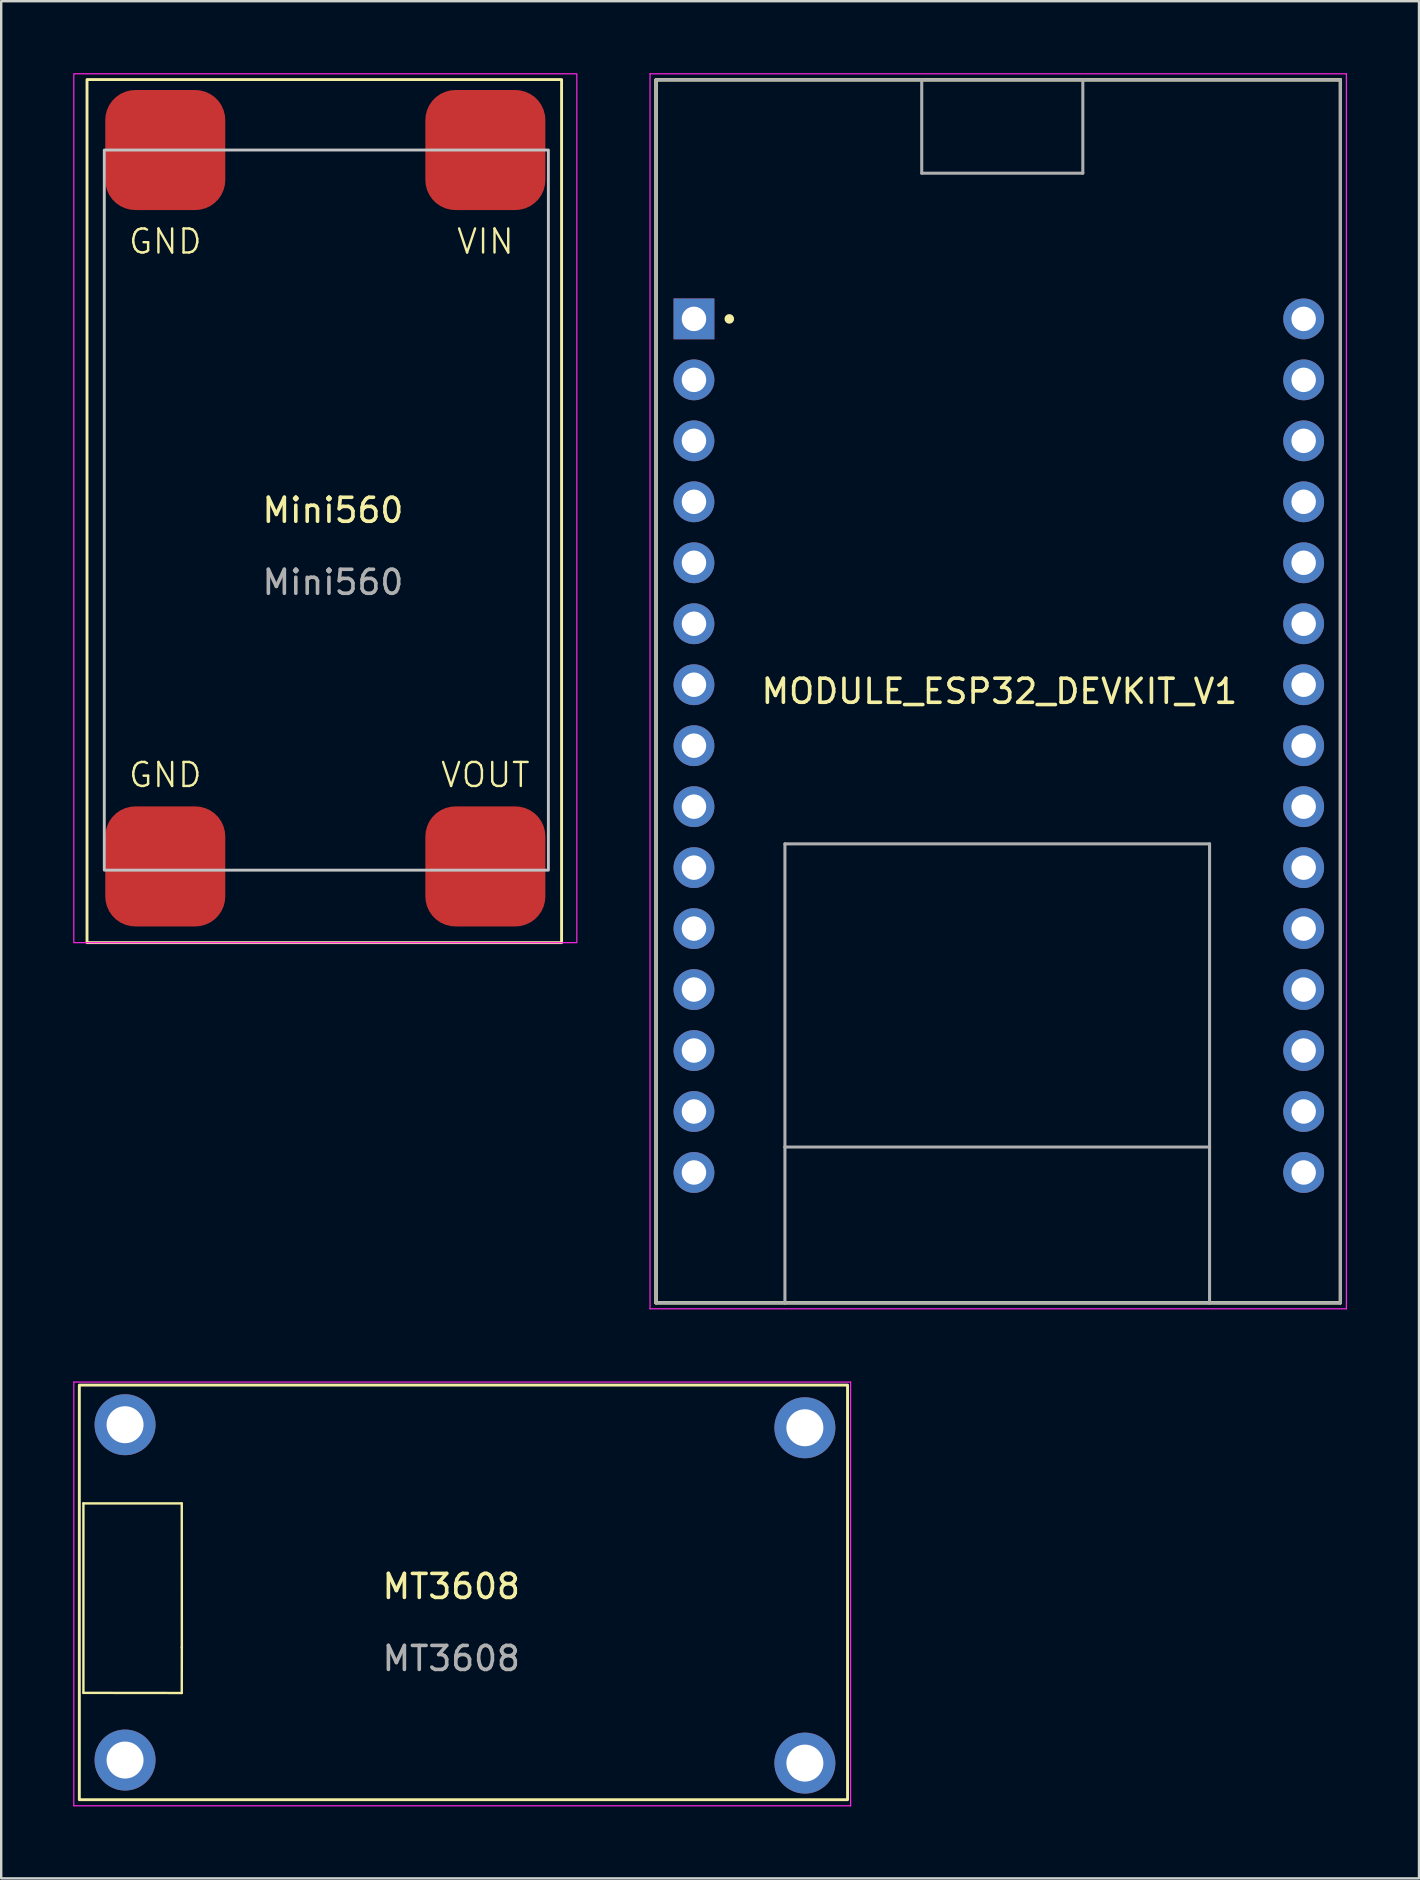
<source format=kicad_pcb>
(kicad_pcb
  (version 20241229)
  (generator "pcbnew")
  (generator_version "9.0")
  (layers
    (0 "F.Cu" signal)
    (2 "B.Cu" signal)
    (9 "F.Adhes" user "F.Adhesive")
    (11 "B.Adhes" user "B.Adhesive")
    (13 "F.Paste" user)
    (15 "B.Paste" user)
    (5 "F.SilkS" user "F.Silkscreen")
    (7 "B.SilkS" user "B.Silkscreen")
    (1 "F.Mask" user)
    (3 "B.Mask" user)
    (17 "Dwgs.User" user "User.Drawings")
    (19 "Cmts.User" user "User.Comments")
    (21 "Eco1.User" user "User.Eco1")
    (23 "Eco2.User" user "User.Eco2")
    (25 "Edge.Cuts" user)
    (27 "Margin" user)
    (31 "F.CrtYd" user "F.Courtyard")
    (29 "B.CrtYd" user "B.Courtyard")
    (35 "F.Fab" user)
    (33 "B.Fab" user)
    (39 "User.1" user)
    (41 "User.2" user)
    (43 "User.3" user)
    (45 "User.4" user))
  (footprint "Mini560"
    (layer "F.Cu")
    (at 1.295 3.2)
    (property "Reference" "Mini560" (at 9.525 15.01 0) (unlocked yes) (layer "F.SilkS") (effects (font (size 1 1) (thickness 0.15))))
    (attr smd)
    (fp_rect (start -0.72 -2.935) (end 19.05 33.02) (stroke (width 0.12) (type solid)) (fill no) (layer "F.SilkS"))
    (fp_rect (start 0 0) (end 18.5 30) (stroke (width 0.12) (type solid)) (fill no) (layer "Dwgs.User"))
    (fp_rect (start -1.27 -3.175) (end 19.685 33.02) (stroke (width 0.05) (type solid)) (fill no) (layer "F.CrtYd"))
    (fp_text user "VIN" (at 15.875 3.81 0) (unlocked yes) (layer "F.SilkS") (effects (font (size 1 1) (thickness 0.1))))
    (fp_text user "VOUT" (at 15.875 26.035 0) (unlocked yes) (layer "F.SilkS") (effects (font (size 1 1) (thickness 0.1))))
    (fp_text user "GND" (at 2.54 26.035 0) (unlocked yes) (layer "F.SilkS") (effects (font (size 1 1) (thickness 0.1))))
    (fp_text user "GND" (at 2.54 3.81 0) (unlocked yes) (layer "F.SilkS") (effects (font (size 1 1) (thickness 0.1))))
    (fp_text user "${REFERENCE}" (at 9.525 18.01 0) (unlocked yes) (layer "F.Fab") (effects (font (size 1 1) (thickness 0.15))))
    (pad "1" smd roundrect (at 2.54 29.845) (size 5 5) (layers "F.Cu" "F.Mask" "F.Paste") (roundrect_rratio 0.25))
    (pad "2" smd roundrect (at 15.875 29.845) (size 5 5) (layers "F.Cu" "F.Mask" "F.Paste") (roundrect_rratio 0.25))
    (pad "3" smd roundrect (at 15.875 0) (size 5 5) (layers "F.Cu" "F.Mask" "F.Paste") (roundrect_rratio 0.25))
    (pad "4" smd roundrect (at 2.54 0) (size 5 5) (layers "F.Cu" "F.Mask" "F.Paste") (roundrect_rratio 0.25)))
  (footprint "MT3608"
    (layer "F.Cu")
    (at 15.749 63.542)
    (property "Reference" "MT3608" (at 0 -0.5 0) (unlocked yes) (layer "F.SilkS") (effects (font (size 1 1) (thickness 0.15))))
    (attr through_hole)
    (fp_line (start -15.324 -3.962) (end -15.324 3.932) (stroke (width 0.1) (type solid)) (layer "F.SilkS"))
    (fp_line (start -15.324 3.932) (end -11.227 3.937) (stroke (width 0.1) (type solid)) (layer "F.SilkS"))
    (fp_line (start -11.227 -3.962) (end -15.324 -3.962) (stroke (width 0.1) (type solid)) (layer "F.SilkS"))
    (fp_line (start -11.224 2.032) (end -11.227 -3.962) (stroke (width 0.1) (type solid)) (layer "F.SilkS"))
    (fp_line (start -11.224 2.032) (end -11.227 3.937) (stroke (width 0.1) (type solid)) (layer "F.SilkS"))
    (fp_rect (start -15.494 -8.89) (end 16.51 8.382) (stroke (width 0.12) (type solid)) (fill no) (layer "F.SilkS"))
    (fp_line (start -15.724 -9.017) (end 16.637 -9.017) (stroke (width 0.05) (type solid)) (layer "F.CrtYd"))
    (fp_line (start -15.724 8.636) (end -15.724 -9.017) (stroke (width 0.05) (type solid)) (layer "F.CrtYd"))
    (fp_line (start 16.637 -9.017) (end 16.637 8.636) (stroke (width 0.05) (type solid)) (layer "F.CrtYd"))
    (fp_line (start 16.637 8.636) (end -15.724 8.636) (stroke (width 0.05) (type solid)) (layer "F.CrtYd"))
    (fp_text user "${REFERENCE}" (at 0 2.5 0) (unlocked yes) (layer "F.Fab") (effects (font (size 1 1) (thickness 0.15))))
    (pad "1" thru_hole circle (at -13.589 -7.239) (size 2.54 2.54) (drill 1.54) (layers "*.Cu" "*.Mask"))
    (pad "2" thru_hole circle (at -13.589 6.731) (size 2.54 2.54) (drill 1.54) (layers "*.Cu" "*.Mask"))
    (pad "3" thru_hole circle (at 14.732 -7.112) (size 2.54 2.54) (drill 1.54) (layers "*.Cu" "*.Mask"))
    (pad "4" thru_hole circle (at 14.732 6.858) (size 2.54 2.54) (drill 1.54) (layers "*.Cu" "*.Mask")))
  (footprint "MODULE_ESP32_DEVKIT_V1"
    (layer "F.Cu")
    (at 38.56 25.75)
    (property "Reference" "MODULE_ESP32_DEVKIT_V1" (at 0.025 0 0) (layer "F.SilkS") (effects (font (size 1 1) (thickness 0.15))))
    (attr through_hole)
    (fp_line (start -14.28 -25.475) (end -3.211 -25.475) (stroke (width 0.127) (type solid)) (layer "F.SilkS"))
    (fp_line (start -14.28 -25.475) (end 14.23 -25.475) (stroke (width 0.127) (type solid)) (layer "F.SilkS"))
    (fp_line (start -14.28 25.475) (end -14.28 -25.475) (stroke (width 0.127) (type solid)) (layer "F.SilkS"))
    (fp_line (start -14.28 25.475) (end -14.28 -25.475) (stroke (width 0.127) (type solid)) (layer "F.SilkS"))
    (fp_line (start -14.28 25.475) (end -8.91 25.475) (stroke (width 0.127) (type solid)) (layer "F.SilkS"))
    (fp_line (start -8.91 25.475) (end 8.78 25.475) (stroke (width 0.127) (type solid)) (layer "F.SilkS"))
    (fp_line (start -3.211 -25.475) (end 3.5 -25.475) (stroke (width 0.127) (type solid)) (layer "F.SilkS"))
    (fp_line (start 3.5 -25.475) (end 14.23 -25.475) (stroke (width 0.127) (type solid)) (layer "F.SilkS"))
    (fp_line (start 8.78 25.475) (end 14.23 25.475) (stroke (width 0.127) (type solid)) (layer "F.SilkS"))
    (fp_line (start 14.23 -25.475) (end 14.23 25.475) (stroke (width 0.127) (type solid)) (layer "F.SilkS"))
    (fp_line (start 14.23 -25.475) (end 14.23 25.475) (stroke (width 0.127) (type solid)) (layer "F.SilkS"))
    (fp_line (start 14.23 25.475) (end -14.28 25.475) (stroke (width 0.127) (type solid)) (layer "F.SilkS"))
    (fp_circle (center -11.227 -15.515) (end -11.127 -15.515) (stroke (width 0.2) (type solid)) (fill no) (layer "F.SilkS"))
    (fp_line (start -14.53 -25.725) (end -14.53 25.725) (stroke (width 0.05) (type solid)) (layer "F.CrtYd"))
    (fp_line (start -14.53 25.725) (end 14.48 25.725) (stroke (width 0.05) (type solid)) (layer "F.CrtYd"))
    (fp_line (start 14.48 -25.725) (end -14.53 -25.725) (stroke (width 0.05) (type solid)) (layer "F.CrtYd"))
    (fp_line (start 14.48 25.725) (end 14.48 -25.725) (stroke (width 0.05) (type solid)) (layer "F.CrtYd"))
    (fp_line (start -14.28 -25.475) (end -3.211 -25.475) (stroke (width 0.127) (type solid)) (layer "F.Fab"))
    (fp_line (start -14.28 25.475) (end -14.28 -25.475) (stroke (width 0.127) (type solid)) (layer "F.Fab"))
    (fp_line (start -14.28 25.475) (end -8.91 25.475) (stroke (width 0.127) (type solid)) (layer "F.Fab"))
    (fp_line (start -8.91 6.355) (end 8.78 6.355) (stroke (width 0.127) (type solid)) (layer "F.Fab"))
    (fp_line (start -8.91 18.985) (end -8.91 6.355) (stroke (width 0.127) (type solid)) (layer "F.Fab"))
    (fp_line (start -8.91 18.985) (end 8.78 18.985) (stroke (width 0.127) (type solid)) (layer "F.Fab"))
    (fp_line (start -8.91 25.475) (end -8.91 18.985) (stroke (width 0.127) (type solid)) (layer "F.Fab"))
    (fp_line (start -8.91 25.475) (end 8.78 25.475) (stroke (width 0.127) (type solid)) (layer "F.Fab"))
    (fp_line (start -3.211 -25.475) (end 3.5 -25.475) (stroke (width 0.127) (type solid)) (layer "F.Fab"))
    (fp_line (start -3.211 -21.585) (end -3.211 -25.475) (stroke (width 0.127) (type solid)) (layer "F.Fab"))
    (fp_line (start 3.5 -25.475) (end 3.5 -21.585) (stroke (width 0.127) (type solid)) (layer "F.Fab"))
    (fp_line (start 3.5 -25.475) (end 14.23 -25.475) (stroke (width 0.127) (type solid)) (layer "F.Fab"))
    (fp_line (start 3.5 -21.585) (end -3.211 -21.585) (stroke (width 0.127) (type solid)) (layer "F.Fab"))
    (fp_line (start 8.78 6.355) (end 8.78 18.985) (stroke (width 0.127) (type solid)) (layer "F.Fab"))
    (fp_line (start 8.78 18.985) (end 8.78 25.475) (stroke (width 0.127) (type solid)) (layer "F.Fab"))
    (fp_line (start 8.78 25.475) (end 14.23 25.475) (stroke (width 0.127) (type solid)) (layer "F.Fab"))
    (fp_line (start 14.23 -25.475) (end 14.23 25.475) (stroke (width 0.127) (type solid)) (layer "F.Fab"))
    (pad "1" thru_hole rect (at -12.7 -15.515) (size 1.7 1.7) (drill 1.02) (layers "*.Cu" "*.Mask"))
    (pad "2" thru_hole circle (at -12.7 -12.975) (size 1.7 1.7) (drill 1.02) (layers "*.Cu" "*.Mask"))
    (pad "3" thru_hole circle (at -12.7 -10.435) (size 1.7 1.7) (drill 1.02) (layers "*.Cu" "*.Mask"))
    (pad "4" thru_hole circle (at -12.7 -7.895) (size 1.7 1.7) (drill 1.02) (layers "*.Cu" "*.Mask"))
    (pad "5" thru_hole circle (at -12.7 -5.355) (size 1.7 1.7) (drill 1.02) (layers "*.Cu" "*.Mask"))
    (pad "6" thru_hole circle (at -12.7 -2.815) (size 1.7 1.7) (drill 1.02) (layers "*.Cu" "*.Mask"))
    (pad "7" thru_hole circle (at -12.7 -0.275) (size 1.7 1.7) (drill 1.02) (layers "*.Cu" "*.Mask"))
    (pad "8" thru_hole circle (at -12.7 2.265) (size 1.7 1.7) (drill 1.02) (layers "*.Cu" "*.Mask"))
    (pad "9" thru_hole circle (at -12.7 4.805) (size 1.7 1.7) (drill 1.02) (layers "*.Cu" "*.Mask"))
    (pad "10" thru_hole circle (at -12.7 7.345) (size 1.7 1.7) (drill 1.02) (layers "*.Cu" "*.Mask"))
    (pad "11" thru_hole circle (at -12.7 9.885) (size 1.7 1.7) (drill 1.02) (layers "*.Cu" "*.Mask"))
    (pad "12" thru_hole circle (at -12.7 12.425) (size 1.7 1.7) (drill 1.02) (layers "*.Cu" "*.Mask"))
    (pad "13" thru_hole circle (at -12.7 14.965) (size 1.7 1.7) (drill 1.02) (layers "*.Cu" "*.Mask"))
    (pad "14" thru_hole circle (at -12.7 17.505) (size 1.7 1.7) (drill 1.02) (layers "*.Cu" "*.Mask"))
    (pad "15" thru_hole circle (at -12.7 20.045) (size 1.7 1.7) (drill 1.02) (layers "*.Cu" "*.Mask"))
    (pad "16" thru_hole circle (at 12.7 20.045) (size 1.7 1.7) (drill 1.02) (layers "*.Cu" "*.Mask"))
    (pad "17" thru_hole circle (at 12.7 17.505) (size 1.7 1.7) (drill 1.02) (layers "*.Cu" "*.Mask"))
    (pad "18" thru_hole circle (at 12.7 14.965) (size 1.7 1.7) (drill 1.02) (layers "*.Cu" "*.Mask"))
    (pad "19" thru_hole circle (at 12.7 12.425) (size 1.7 1.7) (drill 1.02) (layers "*.Cu" "*.Mask"))
    (pad "20" thru_hole circle (at 12.7 9.885) (size 1.7 1.7) (drill 1.02) (layers "*.Cu" "*.Mask"))
    (pad "21" thru_hole circle (at 12.7 7.345) (size 1.7 1.7) (drill 1.02) (layers "*.Cu" "*.Mask"))
    (pad "22" thru_hole circle (at 12.7 4.805) (size 1.7 1.7) (drill 1.02) (layers "*.Cu" "*.Mask"))
    (pad "23" thru_hole circle (at 12.7 2.265) (size 1.7 1.7) (drill 1.02) (layers "*.Cu" "*.Mask"))
    (pad "24" thru_hole circle (at 12.7 -0.275) (size 1.7 1.7) (drill 1.02) (layers "*.Cu" "*.Mask"))
    (pad "25" thru_hole circle (at 12.7 -2.815) (size 1.7 1.7) (drill 1.02) (layers "*.Cu" "*.Mask"))
    (pad "26" thru_hole circle (at 12.7 -5.355) (size 1.7 1.7) (drill 1.02) (layers "*.Cu" "*.Mask"))
    (pad "27" thru_hole circle (at 12.7 -7.895) (size 1.7 1.7) (drill 1.02) (layers "*.Cu" "*.Mask"))
    (pad "28" thru_hole circle (at 12.7 -10.435) (size 1.7 1.7) (drill 1.02) (layers "*.Cu" "*.Mask"))
    (pad "29" thru_hole circle (at 12.7 -12.975) (size 1.7 1.7) (drill 1.02) (layers "*.Cu" "*.Mask"))
    (pad "30" thru_hole circle (at 12.7 -15.515) (size 1.7 1.7) (drill 1.02) (layers "*.Cu" "*.Mask"))
    (zone (net_name "") (layer "F.Cu") (hatch full 0.508) (connect_pads) (min_thickness 0.01) (filled_areas_thickness no) (keepout (tracks not_allowed) (vias not_allowed) (pads not_allowed) (copperpour not_allowed) (footprints allowed)) (placement (enabled no)) (fill) (polygon (pts (xy 29.65 44.735) (xy 47.34 44.735) (xy 47.34 51.225) (xy 29.65 51.225))))
    (zone (net_name "") (layers "F.Cu" "B.Cu") (hatch full 0.508) (connect_pads) (min_thickness 0.01) (filled_areas_thickness no) (keepout (tracks allowed) (vias not_allowed) (pads allowed) (copperpour allowed) (footprints allowed)) (placement (enabled no)) (fill) (polygon (pts (xy 29.65 44.735) (xy 47.34 44.735) (xy 47.34 51.225) (xy 29.65 51.225))))
    (zone (net_name "") (layer "B.Cu") (hatch full 0.508) (connect_pads) (min_thickness 0.01) (filled_areas_thickness no) (keepout (tracks not_allowed) (vias not_allowed) (pads not_allowed) (copperpour not_allowed) (footprints allowed)) (placement (enabled no)) (fill) (polygon (pts (xy 29.65 44.735) (xy 47.34 44.735) (xy 47.34 51.225) (xy 29.65 51.225)))))
  (gr_rect
    (start -3 -3)
    (end 56.065 75.203)
    (stroke (width 0.1) (type default))
    (fill no)
    (layer "Edge.Cuts")))
</source>
